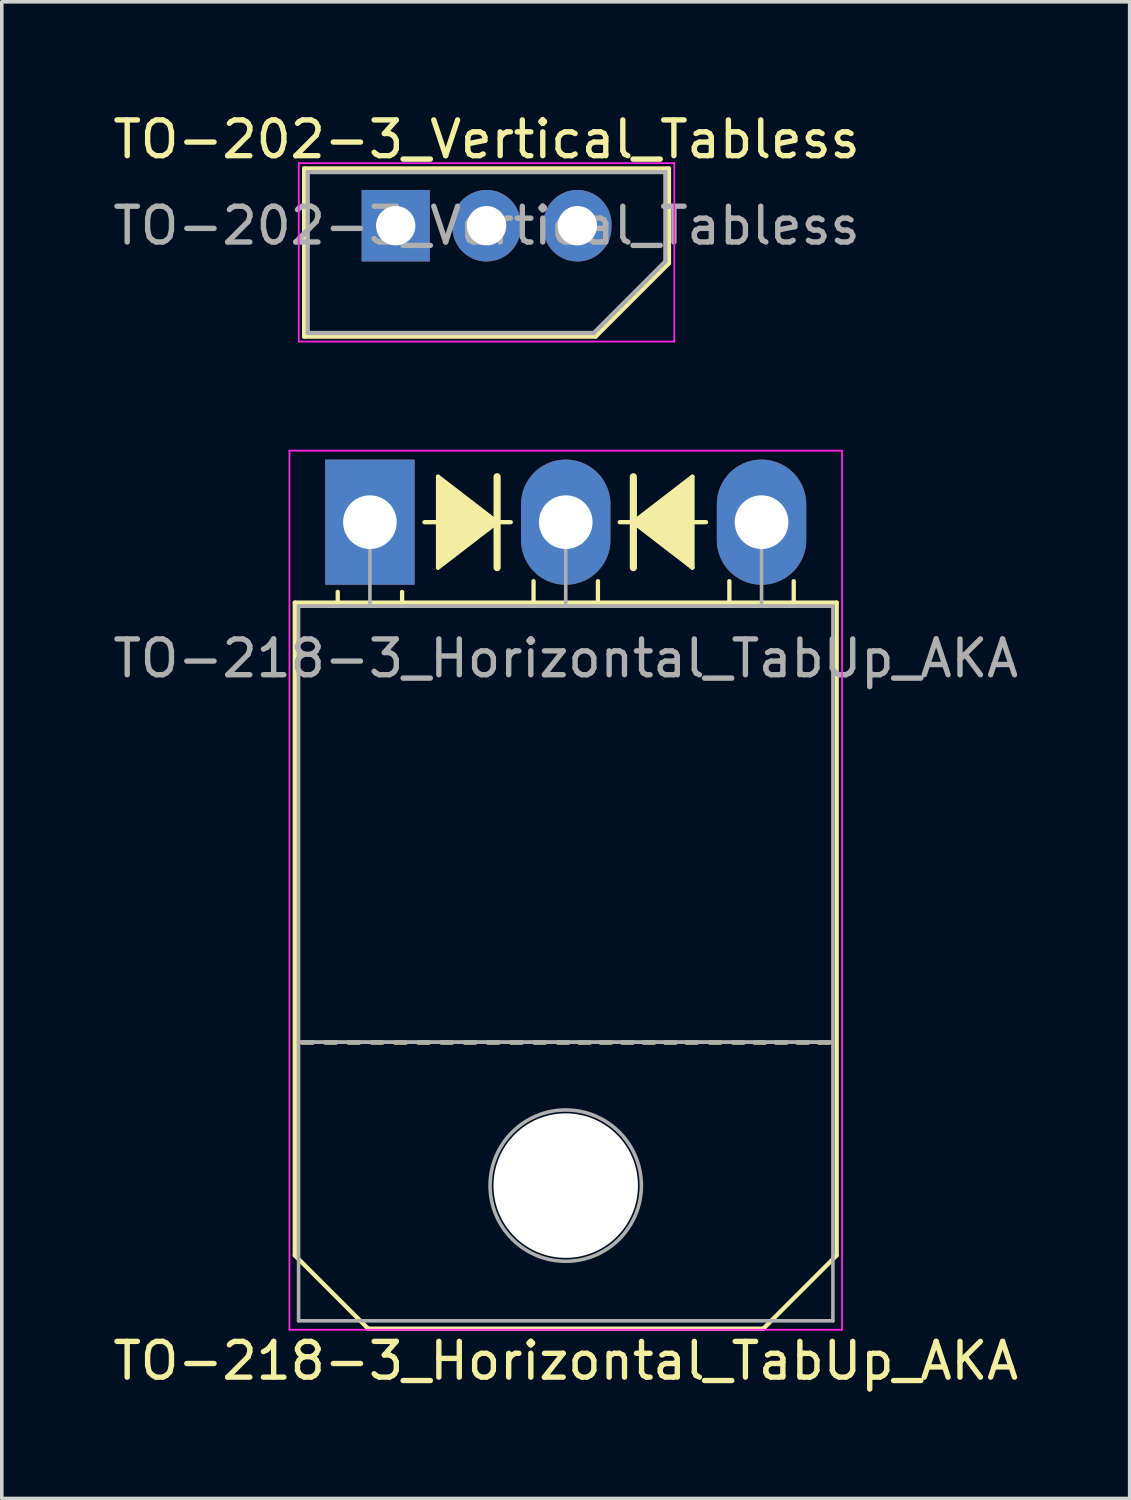
<source format=kicad_pcb>
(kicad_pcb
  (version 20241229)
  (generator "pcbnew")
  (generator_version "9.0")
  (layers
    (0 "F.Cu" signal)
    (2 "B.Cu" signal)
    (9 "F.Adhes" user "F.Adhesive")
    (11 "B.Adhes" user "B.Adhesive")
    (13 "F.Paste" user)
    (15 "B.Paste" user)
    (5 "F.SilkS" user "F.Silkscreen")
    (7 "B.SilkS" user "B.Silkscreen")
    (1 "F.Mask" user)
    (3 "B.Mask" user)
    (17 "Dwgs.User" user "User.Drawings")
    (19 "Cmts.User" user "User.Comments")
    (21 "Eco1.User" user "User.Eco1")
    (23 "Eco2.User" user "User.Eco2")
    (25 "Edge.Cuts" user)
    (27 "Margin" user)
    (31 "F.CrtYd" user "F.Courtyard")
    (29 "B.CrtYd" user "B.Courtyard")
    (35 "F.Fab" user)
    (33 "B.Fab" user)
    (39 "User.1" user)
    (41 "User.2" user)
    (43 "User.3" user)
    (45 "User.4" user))
  (footprint "TO-218-3_Horizontal_TabUp_AKA"
    (layer "F.Cu")
    (at 7.293 11.55)
    (property "Reference" "TO-218-3_Horizontal_TabUp_AKA" (at 5.475 23.45 0) (layer "F.SilkS") (effects (font (size 1 1) (thickness 0.15))))
    (fp_line (start -2.1 2.25) (end 13.05 2.25) (stroke (width 0.12) (type solid)) (layer "F.SilkS"))
    (fp_line (start -2.1 20.5) (end -2.1 2.25) (stroke (width 0.12) (type solid)) (layer "F.SilkS"))
    (fp_line (start -2.1 20.5) (end -0.05 22.55) (stroke (width 0.12) (type solid)) (layer "F.SilkS"))
    (fp_line (start -1.6 14.55) (end -1.9 14.55) (stroke (width 0.12) (type solid)) (layer "F.SilkS"))
    (fp_line (start -0.95 14.55) (end -1.25 14.55) (stroke (width 0.12) (type solid)) (layer "F.SilkS"))
    (fp_line (start -0.9 2.2) (end -0.9 1.95) (stroke (width 0.12) (type solid)) (layer "F.SilkS"))
    (fp_line (start -0.3 14.55) (end -0.6 14.55) (stroke (width 0.12) (type solid)) (layer "F.SilkS"))
    (fp_line (start 0.35 14.55) (end 0.05 14.55) (stroke (width 0.12) (type solid)) (layer "F.SilkS"))
    (fp_line (start 0.9 2.2) (end 0.9 1.95) (stroke (width 0.12) (type solid)) (layer "F.SilkS"))
    (fp_line (start 1 14.55) (end 0.7 14.55) (stroke (width 0.12) (type solid)) (layer "F.SilkS"))
    (fp_line (start 1.524 0) (end 1.905 0) (stroke (width 0.12) (type solid)) (layer "F.SilkS"))
    (fp_line (start 1.65 14.55) (end 1.35 14.55) (stroke (width 0.12) (type solid)) (layer "F.SilkS"))
    (fp_line (start 1.905 -1.27) (end 1.905 1.27) (stroke (width 0.12) (type solid)) (layer "F.SilkS"))
    (fp_line (start 1.905 1.27) (end 3.556 0) (stroke (width 0.12) (type solid)) (layer "F.SilkS"))
    (fp_line (start 2.3 14.55) (end 2 14.55) (stroke (width 0.12) (type solid)) (layer "F.SilkS"))
    (fp_line (start 2.95 14.55) (end 2.65 14.55) (stroke (width 0.12) (type solid)) (layer "F.SilkS"))
    (fp_line (start 3.556 0) (end 1.905 -1.27) (stroke (width 0.12) (type solid)) (layer "F.SilkS"))
    (fp_line (start 3.556 0) (end 3.556 -1.27) (stroke (width 0.2) (type solid)) (layer "F.SilkS"))
    (fp_line (start 3.556 1.27) (end 3.556 0) (stroke (width 0.2) (type solid)) (layer "F.SilkS"))
    (fp_line (start 3.6 14.55) (end 3.3 14.55) (stroke (width 0.12) (type solid)) (layer "F.SilkS"))
    (fp_line (start 3.937 0) (end 3.556 0) (stroke (width 0.12) (type solid)) (layer "F.SilkS"))
    (fp_line (start 4.25 14.55) (end 3.95 14.55) (stroke (width 0.12) (type solid)) (layer "F.SilkS"))
    (fp_line (start 4.575 2.2) (end 4.575 1.65) (stroke (width 0.12) (type solid)) (layer "F.SilkS"))
    (fp_line (start 4.9 14.55) (end 4.6 14.55) (stroke (width 0.12) (type solid)) (layer "F.SilkS"))
    (fp_line (start 5.55 14.55) (end 5.25 14.55) (stroke (width 0.12) (type solid)) (layer "F.SilkS"))
    (fp_line (start 6.15 14.55) (end 5.85 14.55) (stroke (width 0.12) (type solid)) (layer "F.SilkS"))
    (fp_line (start 6.375 2.2) (end 6.375 1.65) (stroke (width 0.12) (type solid)) (layer "F.SilkS"))
    (fp_line (start 6.75 14.55) (end 6.45 14.55) (stroke (width 0.12) (type solid)) (layer "F.SilkS"))
    (fp_line (start 6.985 0) (end 7.366 0) (stroke (width 0.12) (type solid)) (layer "F.SilkS"))
    (fp_line (start 7.35 14.55) (end 7.05 14.55) (stroke (width 0.12) (type solid)) (layer "F.SilkS"))
    (fp_line (start 7.366 -1.27) (end 7.366 0) (stroke (width 0.2) (type solid)) (layer "F.SilkS"))
    (fp_line (start 7.366 0) (end 7.366 1.27) (stroke (width 0.2) (type solid)) (layer "F.SilkS"))
    (fp_line (start 7.366 0) (end 9.017 1.27) (stroke (width 0.12) (type solid)) (layer "F.SilkS"))
    (fp_line (start 7.95 14.55) (end 7.65 14.55) (stroke (width 0.12) (type solid)) (layer "F.SilkS"))
    (fp_line (start 8.55 14.55) (end 8.25 14.55) (stroke (width 0.12) (type solid)) (layer "F.SilkS"))
    (fp_line (start 9.017 -1.27) (end 7.366 0) (stroke (width 0.12) (type solid)) (layer "F.SilkS"))
    (fp_line (start 9.017 1.27) (end 9.017 -1.27) (stroke (width 0.12) (type solid)) (layer "F.SilkS"))
    (fp_line (start 9.15 14.55) (end 8.85 14.55) (stroke (width 0.12) (type solid)) (layer "F.SilkS"))
    (fp_line (start 9.398 0) (end 9.017 0) (stroke (width 0.12) (type solid)) (layer "F.SilkS"))
    (fp_line (start 9.8 14.55) (end 9.5 14.55) (stroke (width 0.12) (type solid)) (layer "F.SilkS"))
    (fp_line (start 10.05 2.2) (end 10.05 1.65) (stroke (width 0.12) (type solid)) (layer "F.SilkS"))
    (fp_line (start 10.45 14.55) (end 10.15 14.55) (stroke (width 0.12) (type solid)) (layer "F.SilkS"))
    (fp_line (start 11 22.55) (end -0.05 22.55) (stroke (width 0.12) (type solid)) (layer "F.SilkS"))
    (fp_line (start 11.05 14.55) (end 10.75 14.55) (stroke (width 0.12) (type solid)) (layer "F.SilkS"))
    (fp_line (start 11.65 14.55) (end 11.35 14.55) (stroke (width 0.12) (type solid)) (layer "F.SilkS"))
    (fp_line (start 11.85 2.2) (end 11.85 1.65) (stroke (width 0.12) (type solid)) (layer "F.SilkS"))
    (fp_line (start 12.25 14.55) (end 11.95 14.55) (stroke (width 0.12) (type solid)) (layer "F.SilkS"))
    (fp_line (start 12.85 14.55) (end 12.55 14.55) (stroke (width 0.12) (type solid)) (layer "F.SilkS"))
    (fp_line (start 13.05 2.25) (end 13.05 20.5) (stroke (width 0.12) (type solid)) (layer "F.SilkS"))
    (fp_line (start 13.05 20.5) (end 11 22.55) (stroke (width 0.12) (type solid)) (layer "F.SilkS"))
    (fp_poly (pts (xy 3.556 0) (xy 1.905 1.27) (xy 1.905 -1.27)) (stroke (width 0.1) (type solid)) (fill yes) (layer "F.SilkS"))
    (fp_poly (pts (xy 9.017 1.27) (xy 7.366 0) (xy 9.017 -1.27)) (stroke (width 0.1) (type solid)) (fill yes) (layer "F.SilkS"))
    (fp_line (start -2.25 -2) (end -2.25 22.58) (stroke (width 0.05) (type solid)) (layer "F.CrtYd"))
    (fp_line (start -2.25 22.58) (end 13.2 22.58) (stroke (width 0.05) (type solid)) (layer "F.CrtYd"))
    (fp_line (start 13.2 -2) (end -2.25 -2) (stroke (width 0.05) (type solid)) (layer "F.CrtYd"))
    (fp_line (start 13.2 22.58) (end 13.2 -2) (stroke (width 0.05) (type solid)) (layer "F.CrtYd"))
    (fp_line (start -1.995 2.35) (end -1.995 14.54) (stroke (width 0.1) (type solid)) (layer "F.Fab"))
    (fp_line (start -1.995 14.54) (end -1.995 22.33) (stroke (width 0.1) (type solid)) (layer "F.Fab"))
    (fp_line (start -1.995 14.54) (end 12.945 14.54) (stroke (width 0.1) (type solid)) (layer "F.Fab"))
    (fp_line (start -1.995 22.33) (end 12.945 22.33) (stroke (width 0.1) (type solid)) (layer "F.Fab"))
    (fp_line (start 0 2.35) (end 0 0) (stroke (width 0.1) (type solid)) (layer "F.Fab"))
    (fp_line (start 5.475 2.35) (end 5.475 0) (stroke (width 0.1) (type solid)) (layer "F.Fab"))
    (fp_line (start 10.95 2.35) (end 10.95 0) (stroke (width 0.1) (type solid)) (layer "F.Fab"))
    (fp_line (start 12.945 2.35) (end -1.995 2.35) (stroke (width 0.1) (type solid)) (layer "F.Fab"))
    (fp_line (start 12.945 14.54) (end -1.995 14.54) (stroke (width 0.1) (type solid)) (layer "F.Fab"))
    (fp_line (start 12.945 14.54) (end 12.945 2.35) (stroke (width 0.1) (type solid)) (layer "F.Fab"))
    (fp_line (start 12.945 22.33) (end 12.945 14.54) (stroke (width 0.1) (type solid)) (layer "F.Fab"))
    (fp_circle (center 5.475 18.55) (end 7.59 18.55) (stroke (width 0.1) (type solid)) (fill no) (layer "F.Fab"))
    (fp_text user "${REFERENCE}" (at 5.475 3.81 0) (layer "F.Fab") (effects (font (size 1 1) (thickness 0.15))))
    (pad "" np_thru_hole oval (at 5.475 18.55) (size 4.04 4.04) (drill 4.04) (layers "*.Cu" "*.Mask"))
    (pad "1" thru_hole rect (at 0 0) (size 2.5 3.5) (drill 1.5) (layers "*.Cu" "*.Mask"))
    (pad "2" thru_hole oval (at 5.475 0) (size 2.5 3.5) (drill 1.5) (layers "*.Cu" "*.Mask"))
    (pad "3" thru_hole oval (at 10.95 0) (size 2.5 3.5) (drill 1.5) (layers "*.Cu" "*.Mask")))
  (footprint "TO-202-3_Vertical_Tabless"
    (layer "F.Cu")
    (at 8.014 3.261)
    (property "Reference" "TO-202-3_Vertical_Tabless" (at 2.54 -2.413 0) (layer "F.SilkS") (effects (font (size 1 1) (thickness 0.15))))
    (attr through_hole)
    (fp_line (start -2.56 -1.6) (end 7.64 -1.6) (stroke (width 0.12) (type solid)) (layer "F.SilkS"))
    (fp_line (start -2.56 3.1) (end -2.56 -1.6) (stroke (width 0.12) (type solid)) (layer "F.SilkS"))
    (fp_line (start 5.59 3.1) (end -2.56 3.1) (stroke (width 0.12) (type solid)) (layer "F.SilkS"))
    (fp_line (start 7.64 -1.6) (end 7.64 1.05) (stroke (width 0.12) (type solid)) (layer "F.SilkS"))
    (fp_line (start 7.64 1.05) (end 5.59 3.1) (stroke (width 0.12) (type solid)) (layer "F.SilkS"))
    (fp_line (start -2.71 -1.749) (end -2.71 3.239) (stroke (width 0.05) (type solid)) (layer "F.CrtYd"))
    (fp_line (start -2.71 3.239) (end 7.79 3.239) (stroke (width 0.05) (type solid)) (layer "F.CrtYd"))
    (fp_line (start 7.79 -1.749) (end -2.71 -1.749) (stroke (width 0.05) (type solid)) (layer "F.CrtYd"))
    (fp_line (start 7.79 3.239) (end 7.79 -1.749) (stroke (width 0.05) (type solid)) (layer "F.CrtYd"))
    (fp_line (start -2.46 -1.5) (end -2.46 3) (stroke (width 0.12) (type solid)) (layer "F.Fab"))
    (fp_line (start -2.46 -1.5) (end 7.54 -1.5) (stroke (width 0.12) (type solid)) (layer "F.Fab"))
    (fp_line (start -2.46 3) (end 5.54 3) (stroke (width 0.12) (type solid)) (layer "F.Fab"))
    (fp_line (start 7.54 -1.5) (end 7.54 1) (stroke (width 0.12) (type solid)) (layer "F.Fab"))
    (fp_line (start 7.54 1) (end 5.54 3) (stroke (width 0.12) (type solid)) (layer "F.Fab"))
    (fp_text user "${REFERENCE}" (at 2.54 0 0) (layer "F.Fab") (effects (font (size 1 1) (thickness 0.15))))
    (pad "1" thru_hole rect (at 0 0) (size 1.905 2) (drill 1.1) (layers "*.Cu" "*.Mask"))
    (pad "2" thru_hole oval (at 2.54 0) (size 1.905 2) (drill 1.1) (layers "*.Cu" "*.Mask"))
    (pad "3" thru_hole oval (at 5.08 0) (size 1.905 2) (drill 1.1) (layers "*.Cu" "*.Mask")))
  (gr_rect
    (start -3 -3)
    (end 28.536 38.848)
    (stroke (width 0.1) (type default))
    (fill no)
    (layer "Edge.Cuts")))
</source>
